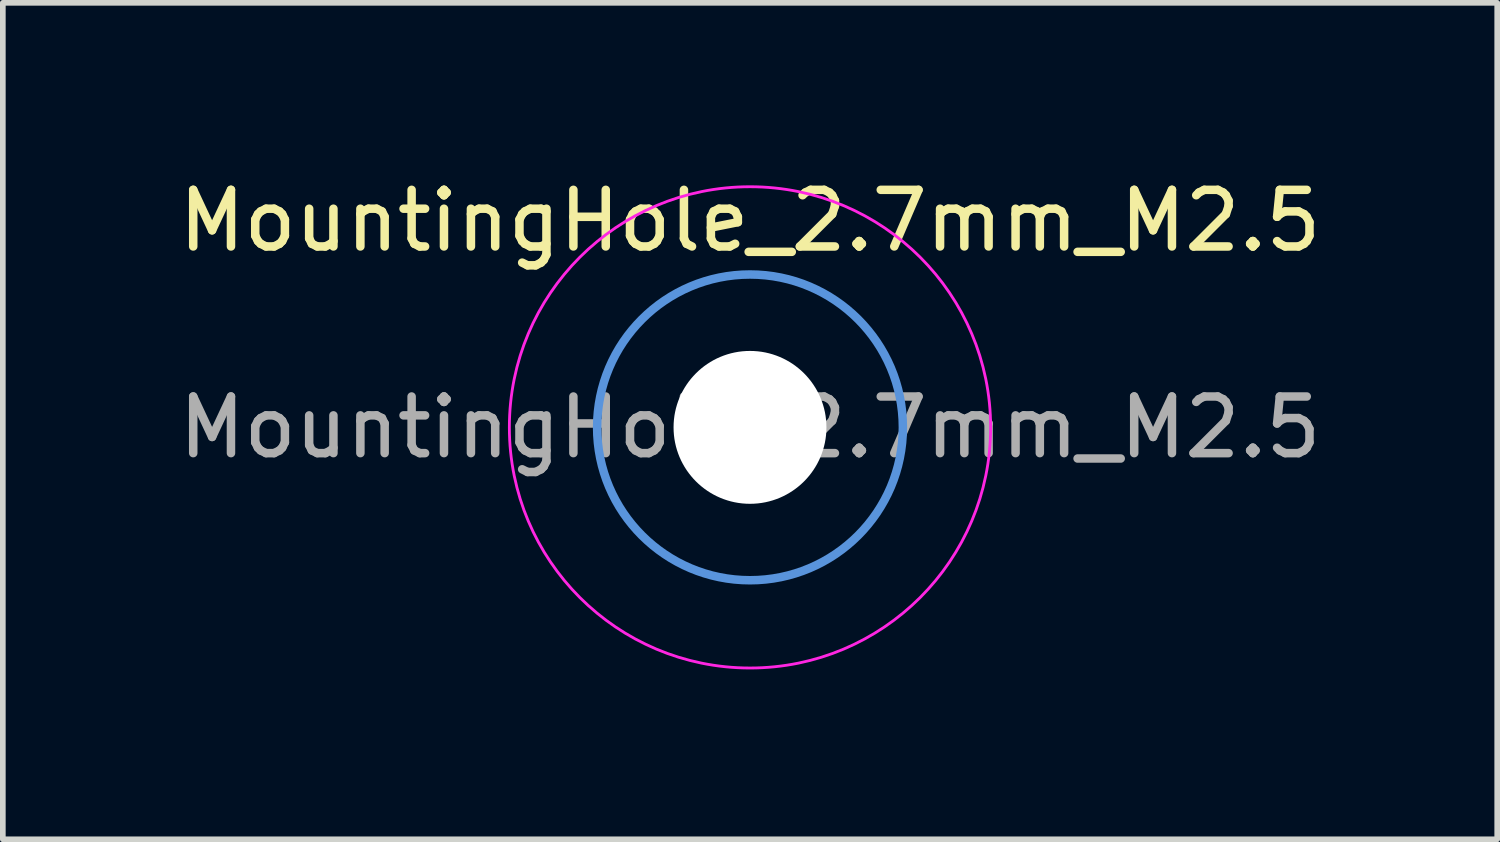
<source format=kicad_pcb>
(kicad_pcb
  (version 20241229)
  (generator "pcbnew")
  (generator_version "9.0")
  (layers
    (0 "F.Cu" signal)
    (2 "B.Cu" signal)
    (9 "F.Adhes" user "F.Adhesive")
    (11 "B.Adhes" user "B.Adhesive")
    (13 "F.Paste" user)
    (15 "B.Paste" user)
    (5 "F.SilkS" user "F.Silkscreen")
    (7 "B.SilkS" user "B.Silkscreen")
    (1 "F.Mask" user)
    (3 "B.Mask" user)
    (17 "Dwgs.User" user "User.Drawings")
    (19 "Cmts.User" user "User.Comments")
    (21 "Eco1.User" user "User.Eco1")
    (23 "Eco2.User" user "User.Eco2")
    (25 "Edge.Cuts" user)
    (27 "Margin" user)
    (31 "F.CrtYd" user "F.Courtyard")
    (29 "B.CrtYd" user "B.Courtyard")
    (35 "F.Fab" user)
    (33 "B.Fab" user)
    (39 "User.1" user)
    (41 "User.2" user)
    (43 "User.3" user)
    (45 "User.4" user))
  (footprint "MountingHole_2.7mm_M2.5"
    (layer "F.Cu")
    (at 10.196 4.498)
    (property "Reference" "MountingHole_2.7mm_M2.5" (at 0 -3.65 0) (layer "F.SilkS") (effects (font (size 1 1) (thickness 0.15))))
    (attr exclude_from_pos_files exclude_from_bom)
    (fp_circle (center 0 0) (end 2.7 0) (stroke (width 0.15) (type solid)) (fill no) (layer "Cmts.User"))
    (fp_circle (center 0 0) (end 4.25 0) (stroke (width 0.05) (type solid)) (fill no) (layer "F.CrtYd"))
    (fp_text user "${REFERENCE}" (at 0 0 0) (layer "F.Fab") (effects (font (size 1 1) (thickness 0.15))))
    (pad "" np_thru_hole circle (at 0 0) (size 2.7 2.7) (drill 2.7) (layers "*.Cu" "*.Mask")))
  (gr_rect
    (start -3 -3)
    (end 23.393 11.773)
    (stroke (width 0.1) (type default))
    (fill no)
    (layer "Edge.Cuts")))
</source>
